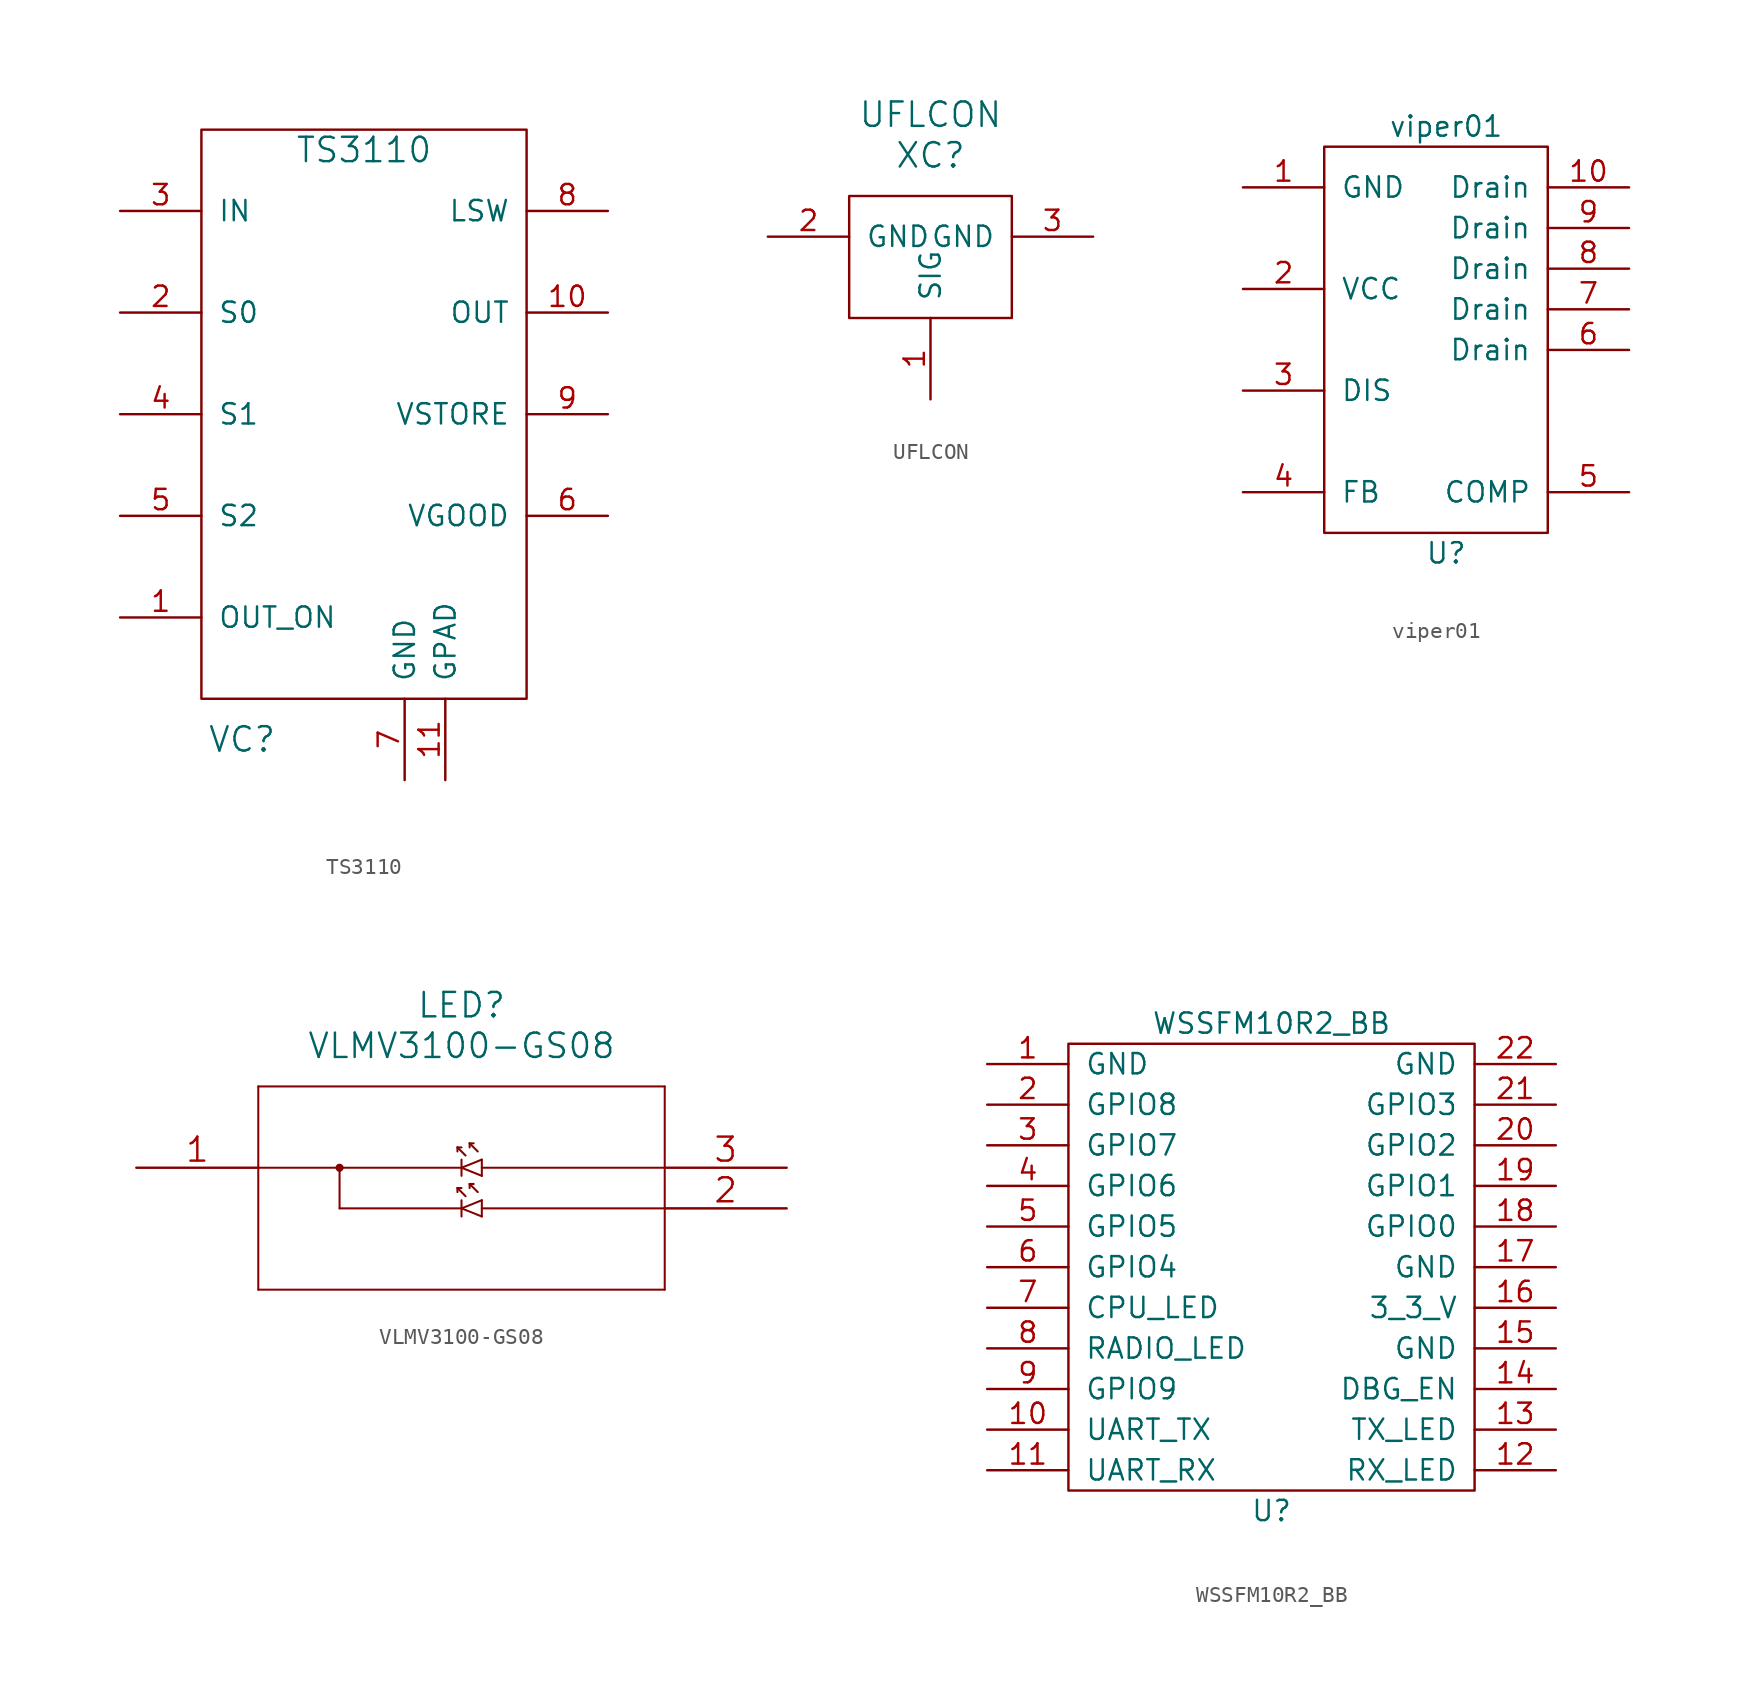
<source format=kicad_sym>
(kicad_symbol_lib
  (version 20211014)
  (generator kicad_symbol_editor)
  (symbol "TS3110"
    (pin_names
      (offset 1.016))
    (property "Reference" "VC"
      (at -7.62 -17.78 0)
      (effects (font (size 1.524 1.524))))
    (property "Value" "TS3110"
      (at 0 19.05 0)
      (effects (font (size 1.524 1.524))))
    (property "Footprint" ""
      (at 2.54 -19.05 0)
      (effects (font (size 1.524 1.524))))
    (property "Datasheet" ""
      (at 2.54 -19.05 0)
      (effects (font (size 1.524 1.524))))
    (symbol "TS3110_0_1"
      (rectangle (start -10.16 20.32) (end 10.16 -15.24) (stroke (width 0) (type default) (color 0 0 0 0)) (fill (type none))))
    (symbol "TS3110_1_1"
      (pin input line (at -15.24 -10.16 0) (length 5.08) (name "OUT_ON" (effects (font (size 1.27 1.27)))) (number "1" (effects (font (size 1.27 1.27)))))
      (pin input line (at 15.24 8.89 180) (length 5.08) (name "OUT" (effects (font (size 1.27 1.27)))) (number "10" (effects (font (size 1.27 1.27)))))
      (pin input line (at 5.08 -20.32 90) (length 5.08) (name "GPAD" (effects (font (size 1.27 1.27)))) (number "11" (effects (font (size 1.27 1.27)))))
      (pin input line (at -15.24 8.89 0) (length 5.08) (name "S0" (effects (font (size 1.27 1.27)))) (number "2" (effects (font (size 1.27 1.27)))))
      (pin input line (at -15.24 15.24 0) (length 5.08) (name "IN" (effects (font (size 1.27 1.27)))) (number "3" (effects (font (size 1.27 1.27)))))
      (pin input line (at -15.24 2.54 0) (length 5.08) (name "S1" (effects (font (size 1.27 1.27)))) (number "4" (effects (font (size 1.27 1.27)))))
      (pin input line (at -15.24 -3.81 0) (length 5.08) (name "S2" (effects (font (size 1.27 1.27)))) (number "5" (effects (font (size 1.27 1.27)))))
      (pin input line (at 15.24 -3.81 180) (length 5.08) (name "VGOOD" (effects (font (size 1.27 1.27)))) (number "6" (effects (font (size 1.27 1.27)))))
      (pin input line (at 2.54 -20.32 90) (length 5.08) (name "GND" (effects (font (size 1.27 1.27)))) (number "7" (effects (font (size 1.27 1.27)))))
      (pin input line (at 15.24 15.24 180) (length 5.08) (name "LSW" (effects (font (size 1.27 1.27)))) (number "8" (effects (font (size 1.27 1.27)))))
      (pin input line (at 15.24 2.54 180) (length 5.08) (name "VSTORE" (effects (font (size 1.27 1.27)))) (number "9" (effects (font (size 1.27 1.27)))))))
  (symbol "UFLCON"
    (pin_names
      (offset 1.016))
    (property "Reference" "XC"
      (at 0 5.08 0)
      (effects (font (size 1.524 1.524))))
    (property "Value" "UFLCON"
      (at 0 7.62 0)
      (effects (font (size 1.524 1.524))))
    (property "Footprint" ""
      (at 0 0 0)
      (effects (font (size 1.524 1.524))))
    (property "Datasheet" ""
      (at 0 0 0)
      (effects (font (size 1.524 1.524))))
    (symbol "UFLCON_0_1"
      (rectangle (start -5.08 2.54) (end 5.08 -5.08) (stroke (width 0) (type default) (color 0 0 0 0)) (fill (type none))))
    (symbol "UFLCON_1_1"
      (pin input line (at 0 -10.16 90) (length 5.08) (name "SIG" (effects (font (size 1.27 1.27)))) (number "1" (effects (font (size 1.27 1.27)))))
      (pin input line (at -10.16 0 0) (length 5.08) (name "GND" (effects (font (size 1.27 1.27)))) (number "2" (effects (font (size 1.27 1.27)))))
      (pin input line (at 10.16 0 180) (length 5.08) (name "GND" (effects (font (size 1.27 1.27)))) (number "3" (effects (font (size 1.27 1.27)))))))
  (symbol "viper01"
    (pin_names
      (offset 1.016))
    (property "Reference" "U"
      (at 0 -12.7 0)
      (effects (font (size 1.27 1.27))))
    (property "Value" "viper01"
      (at 0 13.97 0)
      (effects (font (size 1.27 1.27))))
    (symbol "viper01_0_1"
      (rectangle (start -7.62 12.7) (end 6.35 -11.43) (stroke (width 0) (type default) (color 0 0 0 0)) (fill (type none))))
    (symbol "viper01_1_1"
      (pin input line (at -12.7 10.16 0) (length 5.08) (name "GND" (effects (font (size 1.27 1.27)))) (number "1" (effects (font (size 1.27 1.27)))))
      (pin input line (at 11.43 10.16 180) (length 5.08) (name "Drain" (effects (font (size 1.27 1.27)))) (number "10" (effects (font (size 1.27 1.27)))))
      (pin input line (at -12.7 3.81 0) (length 5.08) (name "VCC" (effects (font (size 1.27 1.27)))) (number "2" (effects (font (size 1.27 1.27)))))
      (pin input line (at -12.7 -2.54 0) (length 5.08) (name "DIS" (effects (font (size 1.27 1.27)))) (number "3" (effects (font (size 1.27 1.27)))))
      (pin input line (at -12.7 -8.89 0) (length 5.08) (name "FB" (effects (font (size 1.27 1.27)))) (number "4" (effects (font (size 1.27 1.27)))))
      (pin input line (at 11.43 -8.89 180) (length 5.08) (name "COMP" (effects (font (size 1.27 1.27)))) (number "5" (effects (font (size 1.27 1.27)))))
      (pin input line (at 11.43 0 180) (length 5.08) (name "Drain" (effects (font (size 1.27 1.27)))) (number "6" (effects (font (size 1.27 1.27)))))
      (pin input line (at 11.43 2.54 180) (length 5.08) (name "Drain" (effects (font (size 1.27 1.27)))) (number "7" (effects (font (size 1.27 1.27)))))
      (pin input line (at 11.43 5.08 180) (length 5.08) (name "Drain" (effects (font (size 1.27 1.27)))) (number "8" (effects (font (size 1.27 1.27)))))
      (pin input line (at 11.43 7.62 180) (length 5.08) (name "Drain" (effects (font (size 1.27 1.27)))) (number "9" (effects (font (size 1.27 1.27)))))))
  (symbol "VLMV3100-GS08"
    (pin_names
      (offset 0.254) hide)
    (property "Reference" "LED"
      (at 20.32 10.16 0)
      (effects (font (size 1.524 1.524))))
    (property "Value" "VLMV3100-GS08"
      (at 20.32 7.62 0)
      (effects (font (size 1.524 1.524))))
    (property "Datasheet" ""
      (at 0 0 0)
      (effects (font (size 1.524 1.524))))
    (property "ki_locked" ""
      (at 0 0 0)
      (effects (font (size 1.27 1.27))))
    (symbol "VLMV3100-GS08_1_1"
      (polyline (pts (xy 7.62 -7.62) (xy 33.02 -7.62)) (stroke (width 0.127) (type default) (color 0 0 0 0)) (fill (type none)))
      (polyline (pts (xy 7.62 0) (xy 20.32 0)) (stroke (width 0.127) (type default) (color 0 0 0 0)) (fill (type none)))
      (polyline (pts (xy 7.62 5.08) (xy 7.62 -7.62)) (stroke (width 0.127) (type default) (color 0 0 0 0)) (fill (type none)))
      (polyline (pts (xy 12.7 -2.54) (xy 20.32 -2.54)) (stroke (width 0.127) (type default) (color 0 0 0 0)) (fill (type none)))
      (polyline (pts (xy 12.7 0) (xy 12.7 -2.54)) (stroke (width 0.127) (type default) (color 0 0 0 0)) (fill (type none)))
      (polyline (pts (xy 20.066 -1.27) (xy 20.066 -1.524)) (stroke (width 0.127) (type default) (color 0 0 0 0)) (fill (type none)))
      (polyline (pts (xy 20.066 -1.27) (xy 20.32 -1.27)) (stroke (width 0.127) (type default) (color 0 0 0 0)) (fill (type none)))
      (polyline (pts (xy 20.066 1.27) (xy 20.066 1.016)) (stroke (width 0.127) (type default) (color 0 0 0 0)) (fill (type none)))
      (polyline (pts (xy 20.066 1.27) (xy 20.32 1.27)) (stroke (width 0.127) (type default) (color 0 0 0 0)) (fill (type none)))
      (polyline (pts (xy 20.32 -2.54) (xy 21.59 -3.048)) (stroke (width 0.127) (type default) (color 0 0 0 0)) (fill (type none)))
      (polyline (pts (xy 20.32 -2.032) (xy 20.32 -3.048)) (stroke (width 0.127) (type default) (color 0 0 0 0)) (fill (type none)))
      (polyline (pts (xy 20.32 0) (xy 21.59 -0.508)) (stroke (width 0.127) (type default) (color 0 0 0 0)) (fill (type none)))
      (polyline (pts (xy 20.32 0.508) (xy 20.32 -0.508)) (stroke (width 0.127) (type default) (color 0 0 0 0)) (fill (type none)))
      (polyline (pts (xy 20.574 -1.778) (xy 20.066 -1.27)) (stroke (width 0.127) (type default) (color 0 0 0 0)) (fill (type none)))
      (polyline (pts (xy 20.574 0.762) (xy 20.066 1.27)) (stroke (width 0.127) (type default) (color 0 0 0 0)) (fill (type none)))
      (polyline (pts (xy 20.828 -1.016) (xy 20.828 -1.27)) (stroke (width 0.127) (type default) (color 0 0 0 0)) (fill (type none)))
      (polyline (pts (xy 20.828 -1.016) (xy 21.082 -1.016)) (stroke (width 0.127) (type default) (color 0 0 0 0)) (fill (type none)))
      (polyline (pts (xy 20.828 1.524) (xy 20.828 1.27)) (stroke (width 0.127) (type default) (color 0 0 0 0)) (fill (type none)))
      (polyline (pts (xy 20.828 1.524) (xy 21.082 1.524)) (stroke (width 0.127) (type default) (color 0 0 0 0)) (fill (type none)))
      (polyline (pts (xy 21.336 -1.524) (xy 20.828 -1.016)) (stroke (width 0.127) (type default) (color 0 0 0 0)) (fill (type none)))
      (polyline (pts (xy 21.336 1.016) (xy 20.828 1.524)) (stroke (width 0.127) (type default) (color 0 0 0 0)) (fill (type none)))
      (polyline (pts (xy 21.59 -3.048) (xy 21.59 -2.032)) (stroke (width 0.127) (type default) (color 0 0 0 0)) (fill (type none)))
      (polyline (pts (xy 21.59 -2.54) (xy 33.02 -2.54)) (stroke (width 0.127) (type default) (color 0 0 0 0)) (fill (type none)))
      (polyline (pts (xy 21.59 -2.032) (xy 20.32 -2.54)) (stroke (width 0.127) (type default) (color 0 0 0 0)) (fill (type none)))
      (polyline (pts (xy 21.59 -0.508) (xy 21.59 0.508)) (stroke (width 0.127) (type default) (color 0 0 0 0)) (fill (type none)))
      (polyline (pts (xy 21.59 0) (xy 33.02 0)) (stroke (width 0.127) (type default) (color 0 0 0 0)) (fill (type none)))
      (polyline (pts (xy 21.59 0.508) (xy 20.32 0)) (stroke (width 0.127) (type default) (color 0 0 0 0)) (fill (type none)))
      (polyline (pts (xy 33.02 -7.62) (xy 33.02 5.08)) (stroke (width 0.127) (type default) (color 0 0 0 0)) (fill (type none)))
      (polyline (pts (xy 33.02 5.08) (xy 7.62 5.08)) (stroke (width 0.127) (type default) (color 0 0 0 0)) (fill (type none)))
      (arc (start 12.7 -0.127) (mid 12.7 0.127) (end 12.7 -0.127) (stroke (width 0.254) (type default) (color 0 0 0 0)) (fill (type none)))
      (circle (center 12.7 0) (radius 0.127) (stroke (width 0.254) (type default) (color 0 0 0 0)) (fill (type none)))
      (pin unspecified line (at 0 0 0) (length 7.62) (name "1" (effects (font (size 1.499 1.499)))) (number "1" (effects (font (size 1.499 1.499)))))
      (pin unspecified line (at 40.64 -2.54 180) (length 7.62) (name "2" (effects (font (size 1.499 1.499)))) (number "2" (effects (font (size 1.499 1.499)))))
      (pin unspecified line (at 40.64 0 180) (length 7.62) (name "3" (effects (font (size 1.499 1.499)))) (number "3" (effects (font (size 1.499 1.499)))))))
  (symbol "WSSFM10R2_BB"
    (pin_names
      (offset 1.016))
    (property "Reference" "U"
      (at 0 -15.24 0)
      (effects (font (size 1.27 1.27))))
    (property "Value" "WSSFM10R2_BB"
      (at 0 15.24 0)
      (effects (font (size 1.27 1.27))))
    (symbol "WSSFM10R2_BB_0_1"
      (rectangle (start -12.7 13.97) (end 12.7 -13.97) (stroke (width 0) (type default) (color 0 0 0 0)) (fill (type none))))
    (symbol "WSSFM10R2_BB_1_1"
      (pin input line (at -17.78 12.7 0) (length 5.08) (name "GND" (effects (font (size 1.27 1.27)))) (number "1" (effects (font (size 1.27 1.27)))))
      (pin input line (at -17.78 -10.16 0) (length 5.08) (name "UART_TX" (effects (font (size 1.27 1.27)))) (number "10" (effects (font (size 1.27 1.27)))))
      (pin input line (at -17.78 -12.7 0) (length 5.08) (name "UART_RX" (effects (font (size 1.27 1.27)))) (number "11" (effects (font (size 1.27 1.27)))))
      (pin input line (at 17.78 -12.7 180) (length 5.08) (name "RX_LED" (effects (font (size 1.27 1.27)))) (number "12" (effects (font (size 1.27 1.27)))))
      (pin input line (at 17.78 -10.16 180) (length 5.08) (name "TX_LED" (effects (font (size 1.27 1.27)))) (number "13" (effects (font (size 1.27 1.27)))))
      (pin input line (at 17.78 -7.62 180) (length 5.08) (name "DBG_EN" (effects (font (size 1.27 1.27)))) (number "14" (effects (font (size 1.27 1.27)))))
      (pin input line (at 17.78 -5.08 180) (length 5.08) (name "GND" (effects (font (size 1.27 1.27)))) (number "15" (effects (font (size 1.27 1.27)))))
      (pin input line (at 17.78 -2.54 180) (length 5.08) (name "3_3_V" (effects (font (size 1.27 1.27)))) (number "16" (effects (font (size 1.27 1.27)))))
      (pin input line (at 17.78 0 180) (length 5.08) (name "GND" (effects (font (size 1.27 1.27)))) (number "17" (effects (font (size 1.27 1.27)))))
      (pin input line (at 17.78 2.54 180) (length 5.08) (name "GPIO0" (effects (font (size 1.27 1.27)))) (number "18" (effects (font (size 1.27 1.27)))))
      (pin input line (at 17.78 5.08 180) (length 5.08) (name "GPIO1" (effects (font (size 1.27 1.27)))) (number "19" (effects (font (size 1.27 1.27)))))
      (pin input line (at -17.78 10.16 0) (length 5.08) (name "GPIO8" (effects (font (size 1.27 1.27)))) (number "2" (effects (font (size 1.27 1.27)))))
      (pin input line (at 17.78 7.62 180) (length 5.08) (name "GPIO2" (effects (font (size 1.27 1.27)))) (number "20" (effects (font (size 1.27 1.27)))))
      (pin input line (at 17.78 10.16 180) (length 5.08) (name "GPIO3" (effects (font (size 1.27 1.27)))) (number "21" (effects (font (size 1.27 1.27)))))
      (pin input line (at 17.78 12.7 180) (length 5.08) (name "GND" (effects (font (size 1.27 1.27)))) (number "22" (effects (font (size 1.27 1.27)))))
      (pin input line (at -17.78 7.62 0) (length 5.08) (name "GPIO7" (effects (font (size 1.27 1.27)))) (number "3" (effects (font (size 1.27 1.27)))))
      (pin input line (at -17.78 5.08 0) (length 5.08) (name "GPIO6" (effects (font (size 1.27 1.27)))) (number "4" (effects (font (size 1.27 1.27)))))
      (pin input line (at -17.78 2.54 0) (length 5.08) (name "GPIO5" (effects (font (size 1.27 1.27)))) (number "5" (effects (font (size 1.27 1.27)))))
      (pin input line (at -17.78 0 0) (length 5.08) (name "GPIO4" (effects (font (size 1.27 1.27)))) (number "6" (effects (font (size 1.27 1.27)))))
      (pin input line (at -17.78 -2.54 0) (length 5.08) (name "CPU_LED" (effects (font (size 1.27 1.27)))) (number "7" (effects (font (size 1.27 1.27)))))
      (pin input line (at -17.78 -5.08 0) (length 5.08) (name "RADIO_LED" (effects (font (size 1.27 1.27)))) (number "8" (effects (font (size 1.27 1.27)))))
      (pin input line (at -17.78 -7.62 0) (length 5.08) (name "GPIO9" (effects (font (size 1.27 1.27)))) (number "9" (effects (font (size 1.27 1.27))))))))
</source>
